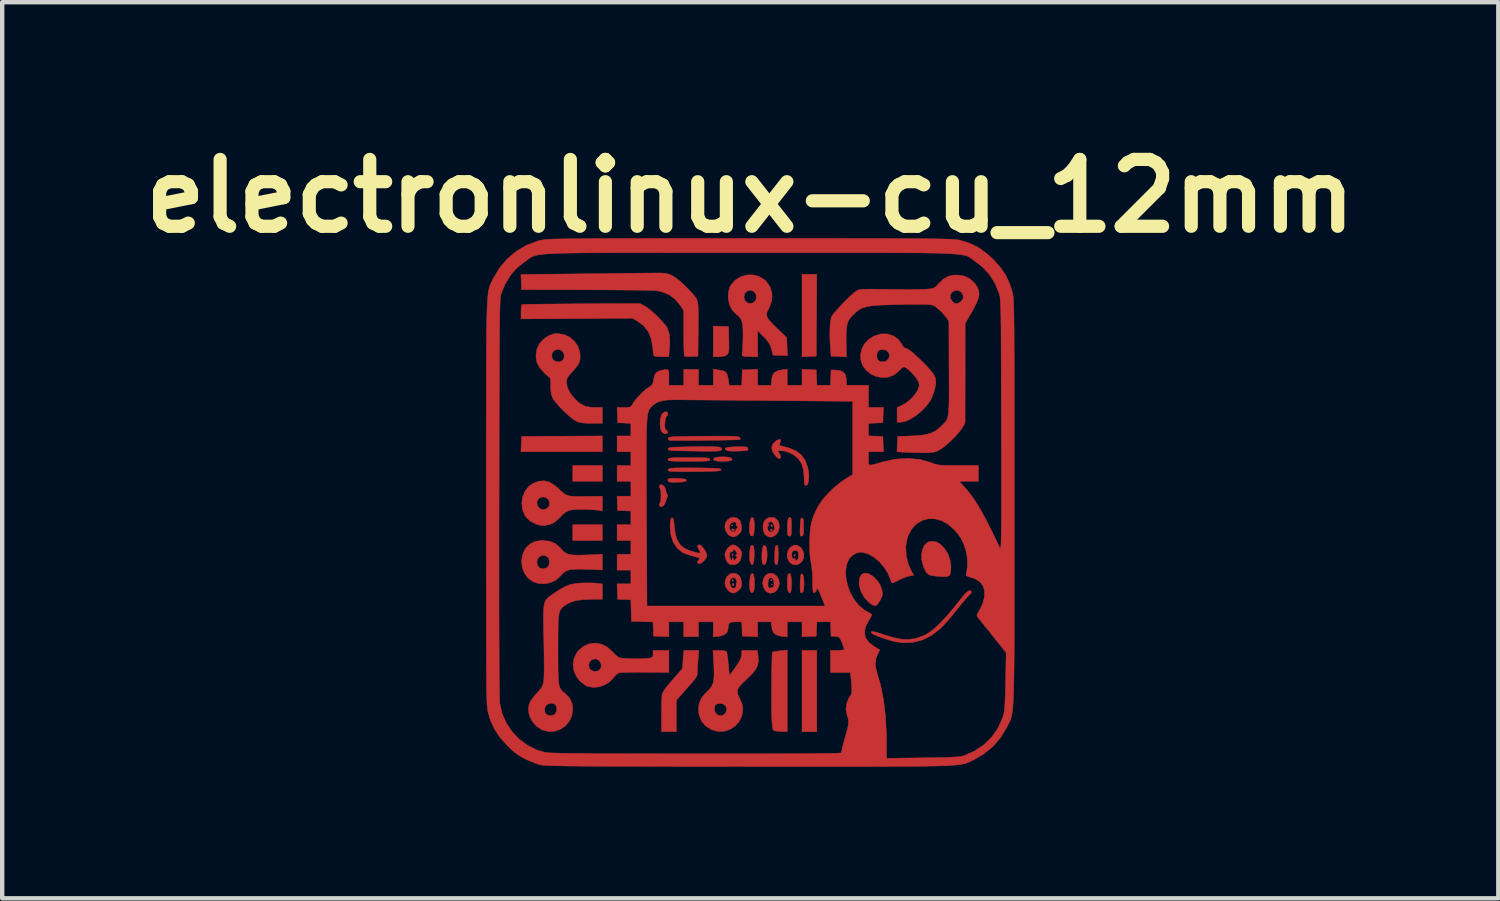
<source format=kicad_pcb>
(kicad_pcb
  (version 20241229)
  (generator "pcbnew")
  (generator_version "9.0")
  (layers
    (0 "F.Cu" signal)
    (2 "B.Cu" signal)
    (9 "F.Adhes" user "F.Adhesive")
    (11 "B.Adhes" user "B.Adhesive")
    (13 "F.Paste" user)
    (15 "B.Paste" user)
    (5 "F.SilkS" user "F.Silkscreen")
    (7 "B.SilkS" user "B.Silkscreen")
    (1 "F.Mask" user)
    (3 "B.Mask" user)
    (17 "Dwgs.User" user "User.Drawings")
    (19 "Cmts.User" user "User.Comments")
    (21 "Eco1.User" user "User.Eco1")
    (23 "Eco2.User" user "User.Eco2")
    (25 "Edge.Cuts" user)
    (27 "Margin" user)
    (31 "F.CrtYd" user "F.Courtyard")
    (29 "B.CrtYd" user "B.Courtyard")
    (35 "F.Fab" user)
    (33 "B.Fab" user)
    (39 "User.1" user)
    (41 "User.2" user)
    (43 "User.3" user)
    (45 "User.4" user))
  (footprint "electronlinux-cu_12mm"
    (layer "F.Cu")
    (at 14.05 8.403)
    (property "Reference" "electronlinux-cu_12mm" (at 0 -6.985 0) (layer "F.SilkS") (effects (font (size 1.524 1.524) (thickness 0.3))))
    (attr through_hole)
    (fp_poly (pts (xy -3.371 -0.482) (xy -4.045 -0.482) (xy -4.045 -0.843) (xy -3.371 -0.843) (xy -3.371 -0.482)) (stroke (width 0.01) (type solid)) (fill yes) (layer "F.Cu"))
    (fp_poly (pts (xy -3.371 0.867) (xy -4.045 0.867) (xy -4.045 0.506) (xy -3.371 0.506) (xy -3.371 0.867)) (stroke (width 0.01) (type solid)) (fill yes) (layer "F.Cu"))
    (fp_poly (pts (xy 0.506 1.866) (xy 0.494 1.878) (xy 0.482 1.866) (xy 0.494 1.854) (xy 0.506 1.866)) (stroke (width 0.01) (type solid)) (fill yes) (layer "F.Cu"))
    (fp_poly (pts (xy 1.505 -3.335) (xy 1.18 -3.32) (xy 1.18 -5.2) (xy 1.517 -5.2) (xy 1.505 -3.335)) (stroke (width 0.01) (type solid)) (fill yes) (layer "F.Cu"))
    (fp_poly (pts (xy 1.517 5.224) (xy 1.18 5.224) (xy 1.18 3.371) (xy 1.517 3.371) (xy 1.517 5.224)) (stroke (width 0.01) (type solid)) (fill yes) (layer "F.Cu"))
    (fp_poly (pts (xy -3.371 -1.156) (xy -5.227 -1.156) (xy -5.219 -1.33) (xy -5.212 -1.505) (xy -4.292 -1.511) (xy -3.371 -1.517) (xy -3.371 -1.156)) (stroke (width 0.01) (type solid)) (fill yes) (layer "F.Cu"))
    (fp_poly (pts (xy -0.393 0.514) (xy -0.397 0.528) (xy -0.409 0.53) (xy -0.429 0.521) (xy -0.425 0.514) (xy -0.397 0.511) (xy -0.393 0.514)) (stroke (width 0.01) (type solid)) (fill yes) (layer "F.Cu"))
    (fp_poly (pts (xy -0.393 1.175) (xy -0.39 1.213) (xy -0.395 1.221) (xy -0.406 1.214) (xy -0.407 1.19) (xy -0.402 1.164) (xy -0.393 1.175)) (stroke (width 0.01) (type solid)) (fill yes) (layer "F.Cu"))
    (fp_poly (pts (xy -0.393 1.753) (xy -0.39 1.791) (xy -0.395 1.799) (xy -0.406 1.792) (xy -0.407 1.768) (xy -0.402 1.742) (xy -0.393 1.753)) (stroke (width 0.01) (type solid)) (fill yes) (layer "F.Cu"))
    (fp_poly (pts (xy 0.498 1.766) (xy 0.494 1.78) (xy 0.482 1.782) (xy 0.462 1.773) (xy 0.465 1.766) (xy 0.494 1.763) (xy 0.498 1.766)) (stroke (width 0.01) (type solid)) (fill yes) (layer "F.Cu"))
    (fp_poly (pts (xy -0.385 1.842) (xy -0.371 1.871) (xy -0.374 1.88) (xy -0.397 1.901) (xy -0.409 1.877) (xy -0.409 1.864) (xy -0.397 1.84) (xy -0.385 1.842)) (stroke (width 0.01) (type solid)) (fill yes) (layer "F.Cu"))
    (fp_poly (pts (xy -0.366 0.614) (xy -0.361 0.626) (xy -0.378 0.649) (xy -0.384 0.65) (xy -0.416 0.633) (xy -0.421 0.626) (xy -0.416 0.605) (xy -0.399 0.602) (xy -0.366 0.614)) (stroke (width 0.01) (type solid)) (fill yes) (layer "F.Cu"))
    (fp_poly (pts (xy 0.505 0.523) (xy 0.506 0.53) (xy 0.497 0.553) (xy 0.495 0.554) (xy 0.474 0.537) (xy 0.469 0.53) (xy 0.471 0.507) (xy 0.48 0.506) (xy 0.505 0.523)) (stroke (width 0.01) (type solid)) (fill yes) (layer "F.Cu"))
    (fp_poly (pts (xy 0.505 0.62) (xy 0.506 0.626) (xy 0.487 0.649) (xy 0.482 0.65) (xy 0.458 0.632) (xy 0.457 0.626) (xy 0.476 0.603) (xy 0.482 0.602) (xy 0.505 0.62)) (stroke (width 0.01) (type solid)) (fill yes) (layer "F.Cu"))
    (fp_poly (pts (xy 1.028 1.195) (xy 1.023 1.204) (xy 1.001 1.227) (xy 0.996 1.228) (xy 0.995 1.212) (xy 0.999 1.204) (xy 1.022 1.181) (xy 1.026 1.18) (xy 1.028 1.195)) (stroke (width 0.01) (type solid)) (fill yes) (layer "F.Cu"))
    (fp_poly (pts (xy -0.668 -4.016) (xy -0.494 -4.009) (xy -0.487 -3.714) (xy -0.485 -3.589) (xy -0.486 -3.503) (xy -0.491 -3.446) (xy -0.501 -3.409) (xy -0.519 -3.382) (xy -0.529 -3.371) (xy -0.575 -3.34) (xy -0.642 -3.325) (xy -0.71 -3.322) (xy -0.843 -3.322) (xy -0.843 -4.023) (xy -0.668 -4.016)) (stroke (width 0.01) (type solid)) (fill yes) (layer "F.Cu"))
    (fp_poly (pts (xy -0.509 -1.035) (xy -0.438 -1.018) (xy -0.413 -0.99) (xy -0.42 -0.965) (xy -0.451 -0.952) (xy -0.516 -0.943) (xy -0.6 -0.939) (xy -0.687 -0.94) (xy -0.765 -0.946) (xy -0.818 -0.957) (xy -0.832 -0.965) (xy -0.835 -1.002) (xy -0.792 -1.027) (xy -0.702 -1.039) (xy -0.625 -1.041) (xy -0.509 -1.035)) (stroke (width 0.01) (type solid)) (fill yes) (layer "F.Cu"))
    (fp_poly (pts (xy 0.073 1.004) (xy 0.088 1.075) (xy 0.092 1.178) (xy 0.091 1.218) (xy 0.082 1.326) (xy 0.067 1.394) (xy 0.045 1.419) (xy 0.019 1.399) (xy -0.002 1.356) (xy -0.013 1.298) (xy -0.017 1.217) (xy -0.013 1.128) (xy -0.002 1.048) (xy 0.013 0.992) (xy 0.02 0.981) (xy 0.05 0.971) (xy 0.073 1.004)) (stroke (width 0.01) (type solid)) (fill yes) (layer "F.Cu"))
    (fp_poly (pts (xy 0.077 1.652) (xy 0.091 1.73) (xy 0.096 1.845) (xy 0.092 1.951) (xy 0.08 2.016) (xy 0.061 2.046) (xy 0.033 2.06) (xy 0.011 2.037) (xy -0.002 2.007) (xy -0.014 1.946) (xy -0.017 1.861) (xy -0.012 1.771) (xy 0.001 1.69) (xy 0.019 1.635) (xy 0.025 1.626) (xy 0.055 1.617) (xy 0.077 1.652)) (stroke (width 0.01) (type solid)) (fill yes) (layer "F.Cu"))
    (fp_poly (pts (xy 0.362 1.014) (xy 0.379 1.088) (xy 0.385 1.192) (xy 0.379 1.287) (xy 0.362 1.361) (xy 0.339 1.409) (xy 0.313 1.423) (xy 0.287 1.398) (xy 0.279 1.382) (xy 0.268 1.324) (xy 0.263 1.242) (xy 0.266 1.152) (xy 0.274 1.069) (xy 0.288 1.009) (xy 0.299 0.989) (xy 0.335 0.979) (xy 0.362 1.014)) (stroke (width 0.01) (type solid)) (fill yes) (layer "F.Cu"))
    (fp_poly (pts (xy 0.916 1.632) (xy 0.931 1.695) (xy 0.938 1.798) (xy 0.939 1.842) (xy 0.936 1.957) (xy 0.927 2.027) (xy 0.91 2.058) (xy 0.884 2.052) (xy 0.871 2.041) (xy 0.857 2.003) (xy 0.847 1.933) (xy 0.844 1.846) (xy 0.845 1.758) (xy 0.852 1.684) (xy 0.864 1.64) (xy 0.893 1.613) (xy 0.916 1.632)) (stroke (width 0.01) (type solid)) (fill yes) (layer "F.Cu"))
    (fp_poly (pts (xy 0.069 0.356) (xy 0.088 0.415) (xy 0.094 0.517) (xy 0.092 0.602) (xy 0.085 0.691) (xy 0.072 0.742) (xy 0.052 0.763) (xy 0.044 0.766) (xy 0.01 0.753) (xy -0.012 0.698) (xy -0.012 0.698) (xy -0.02 0.626) (xy -0.018 0.542) (xy -0.009 0.458) (xy 0.007 0.387) (xy 0.026 0.344) (xy 0.038 0.337) (xy 0.069 0.356)) (stroke (width 0.01) (type solid)) (fill yes) (layer "F.Cu"))
    (fp_poly (pts (xy -1.667 -0.549) (xy -1.562 -0.544) (xy -1.498 -0.536) (xy -1.465 -0.523) (xy -1.457 -0.506) (xy -1.467 -0.487) (xy -1.502 -0.474) (xy -1.572 -0.466) (xy -1.65 -0.463) (xy -1.743 -0.461) (xy -1.816 -0.464) (xy -1.857 -0.47) (xy -1.861 -0.473) (xy -1.877 -0.51) (xy -1.878 -0.523) (xy -1.868 -0.539) (xy -1.832 -0.548) (xy -1.763 -0.551) (xy -1.667 -0.549)) (stroke (width 0.01) (type solid)) (fill yes) (layer "F.Cu"))
    (fp_poly (pts (xy 1.198 0.358) (xy 1.209 0.39) (xy 1.214 0.453) (xy 1.216 0.553) (xy 1.215 0.654) (xy 1.21 0.717) (xy 1.199 0.75) (xy 1.18 0.764) (xy 1.173 0.766) (xy 1.152 0.766) (xy 1.14 0.75) (xy 1.135 0.709) (xy 1.135 0.635) (xy 1.137 0.562) (xy 1.142 0.456) (xy 1.15 0.391) (xy 1.162 0.358) (xy 1.18 0.349) (xy 1.198 0.358)) (stroke (width 0.01) (type solid)) (fill yes) (layer "F.Cu"))
    (fp_poly (pts (xy 1.2 1.647) (xy 1.215 1.703) (xy 1.224 1.781) (xy 1.227 1.868) (xy 1.222 1.95) (xy 1.21 2.014) (xy 1.193 2.045) (xy 1.161 2.063) (xy 1.143 2.042) (xy 1.143 2.041) (xy 1.137 2.001) (xy 1.135 1.928) (xy 1.136 1.835) (xy 1.137 1.816) (xy 1.142 1.717) (xy 1.151 1.657) (xy 1.166 1.63) (xy 1.18 1.625) (xy 1.2 1.647)) (stroke (width 0.01) (type solid)) (fill yes) (layer "F.Cu"))
    (fp_poly (pts (xy 0.62 0.984) (xy 0.631 1.015) (xy 0.636 1.076) (xy 0.638 1.177) (xy 0.638 1.19) (xy 0.635 1.306) (xy 0.627 1.379) (xy 0.612 1.412) (xy 0.608 1.414) (xy 0.574 1.405) (xy 0.565 1.39) (xy 0.559 1.351) (xy 0.557 1.278) (xy 0.558 1.186) (xy 0.559 1.166) (xy 0.564 1.066) (xy 0.573 1.007) (xy 0.588 0.98) (xy 0.602 0.975) (xy 0.62 0.984)) (stroke (width 0.01) (type solid)) (fill yes) (layer "F.Cu"))
    (fp_poly (pts (xy -0.128 -1.271) (xy -0.084 -1.263) (xy -0.062 -1.25) (xy -0.057 -1.24) (xy -0.049 -1.203) (xy -0.051 -1.194) (xy -0.084 -1.185) (xy -0.151 -1.178) (xy -0.24 -1.173) (xy -0.335 -1.171) (xy -0.424 -1.171) (xy -0.493 -1.175) (xy -0.526 -1.181) (xy -0.564 -1.208) (xy -0.572 -1.234) (xy -0.546 -1.25) (xy -0.48 -1.262) (xy -0.37 -1.269) (xy -0.317 -1.271) (xy -0.203 -1.273) (xy -0.128 -1.271)) (stroke (width 0.01) (type solid)) (fill yes) (layer "F.Cu"))
    (fp_poly (pts (xy 0.917 0.343) (xy 0.929 0.36) (xy 0.936 0.404) (xy 0.939 0.481) (xy 0.939 0.552) (xy 0.938 0.658) (xy 0.933 0.724) (xy 0.923 0.759) (xy 0.906 0.77) (xy 0.902 0.77) (xy 0.862 0.752) (xy 0.853 0.738) (xy 0.848 0.699) (xy 0.846 0.627) (xy 0.847 0.537) (xy 0.848 0.528) (xy 0.853 0.433) (xy 0.863 0.377) (xy 0.878 0.35) (xy 0.897 0.342) (xy 0.917 0.343)) (stroke (width 0.01) (type solid)) (fill yes) (layer "F.Cu"))
    (fp_poly (pts (xy 2.684 1.618) (xy 2.778 1.668) (xy 2.818 1.702) (xy 2.911 1.799) (xy 2.97 1.901) (xy 3.005 2.014) (xy 3.014 2.077) (xy 3.005 2.134) (xy 2.973 2.205) (xy 2.961 2.227) (xy 2.914 2.301) (xy 2.87 2.346) (xy 2.85 2.354) (xy 2.806 2.343) (xy 2.742 2.305) (xy 2.699 2.271) (xy 2.597 2.159) (xy 2.523 2.025) (xy 2.484 1.885) (xy 2.48 1.826) (xy 2.495 1.716) (xy 2.537 1.643) (xy 2.602 1.61) (xy 2.684 1.618)) (stroke (width 0.01) (type solid)) (fill yes) (layer "F.Cu"))
    (fp_poly (pts (xy -1.881 -2.044) (xy -1.878 -2.024) (xy -1.89 -1.982) (xy -1.906 -1.969) (xy -1.922 -1.942) (xy -1.937 -1.881) (xy -1.945 -1.819) (xy -1.949 -1.735) (xy -1.943 -1.686) (xy -1.923 -1.661) (xy -1.917 -1.657) (xy -1.884 -1.621) (xy -1.878 -1.6) (xy -1.897 -1.572) (xy -1.941 -1.567) (xy -1.994 -1.586) (xy -2.029 -1.633) (xy -2.05 -1.711) (xy -2.057 -1.806) (xy -2.05 -1.902) (xy -2.029 -1.984) (xy -2.003 -2.028) (xy -1.956 -2.063) (xy -1.91 -2.068) (xy -1.881 -2.044)) (stroke (width 0.01) (type solid)) (fill yes) (layer "F.Cu"))
    (fp_poly (pts (xy 4.274 0.914) (xy 4.366 0.98) (xy 4.447 1.074) (xy 4.512 1.19) (xy 4.556 1.321) (xy 4.575 1.46) (xy 4.565 1.596) (xy 4.551 1.643) (xy 4.524 1.674) (xy 4.477 1.689) (xy 4.401 1.692) (xy 4.288 1.685) (xy 4.24 1.68) (xy 4.135 1.666) (xy 4.065 1.642) (xy 4.016 1.599) (xy 3.976 1.526) (xy 3.943 1.446) (xy 3.91 1.314) (xy 3.905 1.184) (xy 3.927 1.067) (xy 3.973 0.972) (xy 4.042 0.908) (xy 4.075 0.893) (xy 4.176 0.883) (xy 4.274 0.914)) (stroke (width 0.01) (type solid)) (fill yes) (layer "F.Cu"))
    (fp_poly (pts (xy -1.984 -0.388) (xy -1.942 -0.338) (xy -1.926 -0.28) (xy -1.914 -0.224) (xy -1.898 -0.198) (xy -1.882 -0.158) (xy -1.894 -0.115) (xy -1.92 -0.05) (xy -1.941 0.012) (xy -1.97 0.063) (xy -2.009 0.092) (xy -2.047 0.095) (xy -2.069 0.067) (xy -2.071 0.05) (xy -2.063 0.01) (xy -2.052 0) (xy -2.043 -0.022) (xy -2.037 -0.079) (xy -2.034 -0.156) (xy -2.037 -0.236) (xy -2.044 -0.293) (xy -2.052 -0.313) (xy -2.067 -0.333) (xy -2.071 -0.361) (xy -2.056 -0.4) (xy -2.036 -0.409) (xy -1.984 -0.388)) (stroke (width 0.01) (type solid)) (fill yes) (layer "F.Cu"))
    (fp_poly (pts (xy 0.843 5.224) (xy 0.74 5.221) (xy 0.658 5.216) (xy 0.586 5.209) (xy 0.574 5.207) (xy 0.544 5.201) (xy 0.524 5.186) (xy 0.512 5.153) (xy 0.503 5.092) (xy 0.495 4.995) (xy 0.493 4.971) (xy 0.489 4.895) (xy 0.486 4.786) (xy 0.485 4.65) (xy 0.484 4.496) (xy 0.484 4.33) (xy 0.485 4.16) (xy 0.487 3.991) (xy 0.489 3.831) (xy 0.492 3.687) (xy 0.495 3.566) (xy 0.499 3.475) (xy 0.504 3.421) (xy 0.507 3.41) (xy 0.535 3.401) (xy 0.598 3.391) (xy 0.681 3.381) (xy 0.843 3.364) (xy 0.843 5.224)) (stroke (width 0.01) (type solid)) (fill yes) (layer "F.Cu"))
    (fp_poly (pts (xy -1.188 3.569) (xy -1.196 3.677) (xy -1.201 3.78) (xy -1.204 3.858) (xy -1.204 3.867) (xy -1.206 3.908) (xy -1.216 3.947) (xy -1.239 3.99) (xy -1.28 4.046) (xy -1.342 4.121) (xy -1.432 4.224) (xy -1.445 4.237) (xy -1.685 4.509) (xy -1.685 5.224) (xy -2.022 5.224) (xy -2.022 4.83) (xy -2.022 4.692) (xy -2.019 4.565) (xy -2.016 4.461) (xy -2.011 4.388) (xy -2.008 4.364) (xy -1.985 4.314) (xy -1.932 4.236) (xy -1.853 4.137) (xy -1.77 4.041) (xy -1.547 3.789) (xy -1.53 3.58) (xy -1.512 3.371) (xy -1.173 3.371) (xy -1.188 3.569)) (stroke (width 0.01) (type solid)) (fill yes) (layer "F.Cu"))
    (fp_poly (pts (xy -1.395 -0.79) (xy -1.25 -0.789) (xy -1.064 -0.787) (xy -0.921 -0.784) (xy -0.816 -0.78) (xy -0.742 -0.775) (xy -0.696 -0.769) (xy -0.671 -0.76) (xy -0.662 -0.749) (xy -0.662 -0.746) (xy -0.668 -0.735) (xy -0.688 -0.726) (xy -0.729 -0.719) (xy -0.796 -0.714) (xy -0.893 -0.71) (xy -1.026 -0.707) (xy -1.201 -0.704) (xy -1.256 -0.704) (xy -1.465 -0.702) (xy -1.628 -0.703) (xy -1.747 -0.707) (xy -1.824 -0.712) (xy -1.863 -0.721) (xy -1.867 -0.724) (xy -1.875 -0.745) (xy -1.865 -0.762) (xy -1.833 -0.774) (xy -1.775 -0.783) (xy -1.686 -0.788) (xy -1.561 -0.79) (xy -1.395 -0.79)) (stroke (width 0.01) (type solid)) (fill yes) (layer "F.Cu"))
    (fp_poly (pts (xy -1.234 -1.023) (xy -1.114 -1.022) (xy -1.029 -1.019) (xy -0.974 -1.014) (xy -0.941 -1.006) (xy -0.925 -0.995) (xy -0.919 -0.981) (xy -0.92 -0.967) (xy -0.931 -0.956) (xy -0.96 -0.949) (xy -1.011 -0.944) (xy -1.092 -0.941) (xy -1.207 -0.939) (xy -1.364 -0.939) (xy -1.396 -0.939) (xy -1.561 -0.939) (xy -1.683 -0.94) (xy -1.77 -0.943) (xy -1.826 -0.948) (xy -1.858 -0.955) (xy -1.872 -0.965) (xy -1.874 -0.978) (xy -1.873 -0.981) (xy -1.867 -0.996) (xy -1.85 -1.006) (xy -1.816 -1.014) (xy -1.758 -1.019) (xy -1.671 -1.022) (xy -1.548 -1.023) (xy -1.396 -1.023) (xy -1.234 -1.023)) (stroke (width 0.01) (type solid)) (fill yes) (layer "F.Cu"))
    (fp_poly (pts (xy 0.557 1.637) (xy 0.615 1.69) (xy 0.653 1.764) (xy 0.662 1.852) (xy 0.65 1.914) (xy 0.602 2.003) (xy 0.535 2.055) (xy 0.458 2.068) (xy 0.379 2.038) (xy 0.348 2.011) (xy 0.298 1.93) (xy 0.282 1.833) (xy 0.405 1.833) (xy 0.405 1.904) (xy 0.414 1.939) (xy 0.437 1.949) (xy 0.475 1.946) (xy 0.519 1.935) (xy 0.537 1.908) (xy 0.542 1.848) (xy 0.542 1.844) (xy 0.529 1.762) (xy 0.5 1.725) (xy 0.453 1.713) (xy 0.42 1.745) (xy 0.405 1.817) (xy 0.405 1.833) (xy 0.282 1.833) (xy 0.282 1.832) (xy 0.301 1.735) (xy 0.343 1.667) (xy 0.413 1.619) (xy 0.487 1.611) (xy 0.557 1.637)) (stroke (width 0.01) (type solid)) (fill yes) (layer "F.Cu"))
    (fp_poly (pts (xy -0.831 -1.271) (xy -0.755 -1.268) (xy -0.705 -1.263) (xy -0.676 -1.255) (xy -0.662 -1.245) (xy -0.659 -1.239) (xy -0.652 -1.217) (xy -0.654 -1.2) (xy -0.669 -1.187) (xy -0.703 -1.178) (xy -0.76 -1.172) (xy -0.845 -1.169) (xy -0.963 -1.168) (xy -1.118 -1.169) (xy -1.316 -1.172) (xy -1.356 -1.173) (xy -1.528 -1.176) (xy -1.658 -1.179) (xy -1.751 -1.182) (xy -1.814 -1.188) (xy -1.851 -1.195) (xy -1.869 -1.204) (xy -1.874 -1.216) (xy -1.873 -1.222) (xy -1.867 -1.235) (xy -1.851 -1.245) (xy -1.819 -1.253) (xy -1.766 -1.259) (xy -1.686 -1.263) (xy -1.573 -1.266) (xy -1.422 -1.269) (xy -1.269 -1.27) (xy -1.082 -1.272) (xy -0.938 -1.273) (xy -0.831 -1.271)) (stroke (width 0.01) (type solid)) (fill yes) (layer "F.Cu"))
    (fp_poly (pts (xy -0.531 -1.512) (xy -0.426 -1.51) (xy -0.349 -1.507) (xy -0.297 -1.502) (xy -0.264 -1.495) (xy -0.246 -1.486) (xy -0.241 -1.481) (xy -0.224 -1.45) (xy -0.244 -1.434) (xy -0.275 -1.431) (xy -0.348 -1.428) (xy -0.454 -1.425) (xy -0.587 -1.422) (xy -0.74 -1.419) (xy -0.906 -1.417) (xy -1.078 -1.415) (xy -1.248 -1.414) (xy -1.409 -1.413) (xy -1.555 -1.412) (xy -1.678 -1.412) (xy -1.771 -1.413) (xy -1.827 -1.415) (xy -1.839 -1.416) (xy -1.871 -1.442) (xy -1.873 -1.465) (xy -1.867 -1.476) (xy -1.852 -1.485) (xy -1.821 -1.492) (xy -1.771 -1.497) (xy -1.697 -1.501) (xy -1.593 -1.505) (xy -1.456 -1.507) (xy -1.28 -1.509) (xy -1.068 -1.511) (xy -0.847 -1.513) (xy -0.67 -1.513) (xy -0.531 -1.512)) (stroke (width 0.01) (type solid)) (fill yes) (layer "F.Cu"))
    (fp_poly (pts (xy -0.327 1.62) (xy -0.265 1.656) (xy -0.22 1.72) (xy -0.199 1.812) (xy -0.195 1.885) (xy -0.208 1.935) (xy -0.246 1.983) (xy -0.26 1.997) (xy -0.335 2.054) (xy -0.404 2.065) (xy -0.474 2.03) (xy -0.507 2) (xy -0.56 1.922) (xy -0.577 1.841) (xy -0.467 1.841) (xy -0.447 1.905) (xy -0.414 1.944) (xy -0.371 1.956) (xy -0.333 1.939) (xy -0.319 1.902) (xy -0.322 1.889) (xy -0.32 1.848) (xy -0.314 1.839) (xy -0.304 1.799) (xy -0.323 1.751) (xy -0.359 1.716) (xy -0.384 1.709) (xy -0.434 1.729) (xy -0.462 1.778) (xy -0.467 1.841) (xy -0.577 1.841) (xy -0.578 1.839) (xy -0.565 1.759) (xy -0.529 1.689) (xy -0.473 1.637) (xy -0.404 1.612) (xy -0.327 1.62)) (stroke (width 0.01) (type solid)) (fill yes) (layer "F.Cu"))
    (fp_poly (pts (xy 1.075 0.976) (xy 1.142 1.017) (xy 1.194 1.085) (xy 1.222 1.169) (xy 1.219 1.26) (xy 1.218 1.263) (xy 1.178 1.346) (xy 1.113 1.4) (xy 1.036 1.422) (xy 0.959 1.409) (xy 0.893 1.357) (xy 0.847 1.267) (xy 0.839 1.172) (xy 0.845 1.154) (xy 0.944 1.154) (xy 0.947 1.233) (xy 0.949 1.241) (xy 0.97 1.282) (xy 1.003 1.283) (xy 1.03 1.28) (xy 1.026 1.296) (xy 1.027 1.32) (xy 1.044 1.324) (xy 1.08 1.304) (xy 1.092 1.282) (xy 1.099 1.227) (xy 1.099 1.168) (xy 1.089 1.116) (xy 1.055 1.095) (xy 1.03 1.091) (xy 0.972 1.105) (xy 0.944 1.154) (xy 0.845 1.154) (xy 0.866 1.083) (xy 0.922 1.012) (xy 1.001 0.973) (xy 1.075 0.976)) (stroke (width 0.01) (type solid)) (fill yes) (layer "F.Cu"))
    (fp_poly (pts (xy 0.577 0.361) (xy 0.632 0.415) (xy 0.659 0.493) (xy 0.659 0.582) (xy 0.635 0.668) (xy 0.585 0.736) (xy 0.553 0.759) (xy 0.495 0.786) (xy 0.454 0.79) (xy 0.403 0.774) (xy 0.393 0.77) (xy 0.332 0.724) (xy 0.298 0.645) (xy 0.289 0.547) (xy 0.299 0.495) (xy 0.391 0.495) (xy 0.401 0.505) (xy 0.41 0.506) (xy 0.432 0.511) (xy 0.414 0.526) (xy 0.394 0.562) (xy 0.399 0.613) (xy 0.422 0.657) (xy 0.454 0.674) (xy 0.509 0.661) (xy 0.525 0.653) (xy 0.547 0.615) (xy 0.549 0.554) (xy 0.533 0.492) (xy 0.502 0.45) (xy 0.5 0.448) (xy 0.458 0.437) (xy 0.417 0.464) (xy 0.391 0.495) (xy 0.299 0.495) (xy 0.308 0.449) (xy 0.359 0.378) (xy 0.433 0.339) (xy 0.521 0.339) (xy 0.577 0.361)) (stroke (width 0.01) (type solid)) (fill yes) (layer "F.Cu"))
    (fp_poly (pts (xy -2.408 -4.479) (xy -2.337 -4.433) (xy -2.248 -4.361) (xy -2.151 -4.272) (xy -2.056 -4.178) (xy -1.973 -4.087) (xy -1.912 -4.01) (xy -1.893 -3.979) (xy -1.85 -3.856) (xy -1.833 -3.7) (xy -1.841 -3.506) (xy -1.841 -3.505) (xy -1.858 -3.322) (xy -2.025 -3.322) (xy -2.13 -3.327) (xy -2.188 -3.34) (xy -2.202 -3.353) (xy -2.208 -3.391) (xy -2.216 -3.461) (xy -2.224 -3.546) (xy -2.258 -3.737) (xy -2.326 -3.897) (xy -2.431 -4.029) (xy -2.574 -4.136) (xy -2.681 -4.199) (xy -5.224 -4.185) (xy -5.224 -4.342) (xy -5.222 -4.424) (xy -5.215 -4.485) (xy -5.206 -4.511) (xy -5.179 -4.513) (xy -5.108 -4.515) (xy -4.998 -4.518) (xy -4.854 -4.52) (xy -4.678 -4.522) (xy -4.477 -4.524) (xy -4.253 -4.526) (xy -4.013 -4.528) (xy -3.852 -4.529) (xy -2.516 -4.535) (xy -2.408 -4.479)) (stroke (width 0.01) (type solid)) (fill yes) (layer "F.Cu"))
    (fp_poly (pts (xy -0.293 0.356) (xy -0.234 0.414) (xy -0.202 0.512) (xy -0.199 0.536) (xy -0.197 0.613) (xy -0.215 0.667) (xy -0.244 0.705) (xy -0.322 0.769) (xy -0.397 0.786) (xy -0.472 0.755) (xy -0.505 0.727) (xy -0.561 0.644) (xy -0.58 0.554) (xy -0.575 0.526) (xy -0.475 0.526) (xy -0.474 0.588) (xy -0.456 0.629) (xy -0.423 0.659) (xy -0.379 0.669) (xy -0.343 0.661) (xy -0.331 0.632) (xy -0.331 0.631) (xy -0.322 0.604) (xy -0.313 0.602) (xy -0.292 0.582) (xy -0.289 0.566) (xy -0.302 0.534) (xy -0.312 0.53) (xy -0.326 0.512) (xy -0.322 0.494) (xy -0.324 0.458) (xy -0.356 0.442) (xy -0.403 0.45) (xy -0.434 0.47) (xy -0.475 0.526) (xy -0.575 0.526) (xy -0.566 0.469) (xy -0.521 0.397) (xy -0.451 0.35) (xy -0.378 0.337) (xy -0.293 0.356)) (stroke (width 0.01) (type solid)) (fill yes) (layer "F.Cu"))
    (fp_poly (pts (xy 0.692 -1.428) (xy 0.687 -1.381) (xy 0.679 -1.361) (xy 0.664 -1.317) (xy 0.682 -1.296) (xy 0.717 -1.287) (xy 0.908 -1.235) (xy 1.058 -1.167) (xy 1.17 -1.076) (xy 1.251 -0.96) (xy 1.305 -0.813) (xy 1.323 -0.732) (xy 1.335 -0.628) (xy 1.333 -0.533) (xy 1.321 -0.456) (xy 1.299 -0.404) (xy 1.27 -0.387) (xy 1.244 -0.401) (xy 1.236 -0.432) (xy 1.23 -0.496) (xy 1.228 -0.564) (xy 1.214 -0.743) (xy 1.171 -0.886) (xy 1.095 -1) (xy 0.986 -1.089) (xy 0.941 -1.114) (xy 0.848 -1.152) (xy 0.76 -1.176) (xy 0.719 -1.18) (xy 0.628 -1.18) (xy 0.669 -1.109) (xy 0.694 -1.053) (xy 0.689 -1.018) (xy 0.681 -1.009) (xy 0.655 -0.998) (xy 0.618 -1.019) (xy 0.579 -1.058) (xy 0.51 -1.155) (xy 0.488 -1.246) (xy 0.512 -1.328) (xy 0.583 -1.4) (xy 0.607 -1.416) (xy 0.665 -1.44) (xy 0.692 -1.428)) (stroke (width 0.01) (type solid)) (fill yes) (layer "F.Cu"))
    (fp_poly (pts (xy 5.024 2.013) (xy 5.035 2.026) (xy 5.036 2.064) (xy 5.007 2.092) (xy 4.976 2.122) (xy 4.922 2.182) (xy 4.85 2.267) (xy 4.767 2.368) (xy 4.706 2.445) (xy 4.611 2.563) (xy 4.514 2.677) (xy 4.424 2.778) (xy 4.35 2.856) (xy 4.319 2.885) (xy 4.122 3.033) (xy 3.917 3.135) (xy 3.703 3.189) (xy 3.478 3.196) (xy 3.322 3.176) (xy 3.234 3.155) (xy 3.13 3.124) (xy 3.023 3.089) (xy 2.921 3.051) (xy 2.836 3.016) (xy 2.778 2.987) (xy 2.759 2.97) (xy 2.757 2.948) (xy 2.778 2.94) (xy 2.826 2.946) (xy 2.907 2.968) (xy 3.026 3.007) (xy 3.066 3.02) (xy 3.275 3.083) (xy 3.456 3.117) (xy 3.619 3.122) (xy 3.772 3.098) (xy 3.927 3.045) (xy 3.992 3.016) (xy 4.101 2.949) (xy 4.227 2.846) (xy 4.368 2.71) (xy 4.517 2.547) (xy 4.67 2.362) (xy 4.714 2.306) (xy 4.815 2.178) (xy 4.893 2.088) (xy 4.951 2.032) (xy 4.994 2.008) (xy 5.024 2.013)) (stroke (width 0.01) (type solid)) (fill yes) (layer "F.Cu"))
    (fp_poly (pts (xy -0.336 0.979) (xy -0.277 1.02) (xy -0.26 1.036) (xy -0.215 1.088) (xy -0.196 1.135) (xy -0.197 1.2) (xy -0.199 1.222) (xy -0.229 1.323) (xy -0.288 1.391) (xy -0.368 1.421) (xy -0.464 1.409) (xy -0.476 1.404) (xy -0.516 1.368) (xy -0.551 1.301) (xy -0.574 1.224) (xy -0.577 1.187) (xy -0.471 1.187) (xy -0.461 1.252) (xy -0.447 1.288) (xy -0.423 1.336) (xy -0.413 1.288) (xy -0.404 1.254) (xy -0.393 1.267) (xy -0.387 1.285) (xy -0.372 1.316) (xy -0.351 1.31) (xy -0.328 1.288) (xy -0.301 1.252) (xy -0.311 1.229) (xy -0.317 1.224) (xy -0.337 1.203) (xy -0.316 1.182) (xy -0.298 1.161) (xy -0.313 1.129) (xy -0.334 1.105) (xy -0.37 1.072) (xy -0.384 1.076) (xy -0.385 1.088) (xy -0.405 1.119) (xy -0.427 1.123) (xy -0.459 1.14) (xy -0.471 1.187) (xy -0.577 1.187) (xy -0.578 1.179) (xy -0.559 1.108) (xy -0.513 1.039) (xy -0.451 0.985) (xy -0.388 0.963) (xy -0.385 0.963) (xy -0.336 0.979)) (stroke (width 0.01) (type solid)) (fill yes) (layer "F.Cu"))
    (fp_poly (pts (xy -1.763 0.36) (xy -1.748 0.398) (xy -1.737 0.47) (xy -1.73 0.556) (xy -1.706 0.727) (xy -1.663 0.86) (xy -1.597 0.962) (xy -1.535 1.02) (xy -1.48 1.053) (xy -1.403 1.087) (xy -1.317 1.117) (xy -1.237 1.141) (xy -1.173 1.153) (xy -1.141 1.149) (xy -1.143 1.121) (xy -1.165 1.08) (xy -1.199 1.015) (xy -1.195 0.976) (xy -1.157 0.963) (xy -1.119 0.983) (xy -1.073 1.033) (xy -1.029 1.098) (xy -0.997 1.164) (xy -0.987 1.21) (xy -1.004 1.26) (xy -1.047 1.318) (xy -1.099 1.368) (xy -1.148 1.395) (xy -1.158 1.396) (xy -1.196 1.382) (xy -1.204 1.363) (xy -1.187 1.322) (xy -1.165 1.298) (xy -1.151 1.28) (xy -1.162 1.265) (xy -1.205 1.248) (xy -1.288 1.226) (xy -1.3 1.223) (xy -1.4 1.194) (xy -1.493 1.16) (xy -1.558 1.129) (xy -1.673 1.03) (xy -1.758 0.897) (xy -1.81 0.735) (xy -1.827 0.549) (xy -1.826 0.494) (xy -1.818 0.408) (xy -1.804 0.363) (xy -1.782 0.349) (xy -1.782 0.349) (xy -1.763 0.36)) (stroke (width 0.01) (type solid)) (fill yes) (layer "F.Cu"))
    (fp_poly (pts (xy -4.565 0.884) (xy -4.438 0.939) (xy -4.329 1.035) (xy -4.311 1.058) (xy -4.26 1.114) (xy -4.203 1.154) (xy -4.133 1.181) (xy -4.041 1.196) (xy -3.92 1.2) (xy -3.762 1.197) (xy -3.702 1.194) (xy -3.371 1.179) (xy -3.371 1.538) (xy -3.715 1.524) (xy -3.884 1.519) (xy -4.013 1.521) (xy -4.11 1.532) (xy -4.184 1.555) (xy -4.242 1.59) (xy -4.294 1.639) (xy -4.314 1.663) (xy -4.425 1.765) (xy -4.559 1.829) (xy -4.705 1.855) (xy -4.854 1.839) (xy -4.956 1.802) (xy -5.065 1.723) (xy -5.145 1.614) (xy -5.195 1.485) (xy -5.211 1.356) (xy -4.863 1.356) (xy -4.845 1.441) (xy -4.795 1.496) (xy -4.726 1.514) (xy -4.646 1.491) (xy -4.628 1.479) (xy -4.586 1.424) (xy -4.575 1.349) (xy -4.595 1.276) (xy -4.614 1.248) (xy -4.677 1.208) (xy -4.746 1.207) (xy -4.808 1.238) (xy -4.852 1.297) (xy -4.863 1.356) (xy -5.211 1.356) (xy -5.212 1.347) (xy -5.195 1.209) (xy -5.142 1.081) (xy -5.096 1.018) (xy -5.007 0.937) (xy -4.904 0.888) (xy -4.775 0.868) (xy -4.719 0.867) (xy -4.565 0.884)) (stroke (width 0.01) (type solid)) (fill yes) (layer "F.Cu"))
    (fp_poly (pts (xy -2.024 -5.23) (xy -1.941 -5.224) (xy -1.876 -5.21) (xy -1.812 -5.185) (xy -1.775 -5.168) (xy -1.698 -5.119) (xy -1.601 -5.042) (xy -1.497 -4.948) (xy -1.395 -4.846) (xy -1.305 -4.747) (xy -1.239 -4.661) (xy -1.217 -4.626) (xy -1.205 -4.596) (xy -1.196 -4.556) (xy -1.19 -4.5) (xy -1.186 -4.422) (xy -1.184 -4.314) (xy -1.183 -4.173) (xy -1.185 -3.99) (xy -1.185 -3.943) (xy -1.192 -3.335) (xy -1.337 -3.327) (xy -1.417 -3.326) (xy -1.477 -3.331) (xy -1.5 -3.337) (xy -1.505 -3.366) (xy -1.509 -3.435) (xy -1.513 -3.537) (xy -1.515 -3.666) (xy -1.517 -3.813) (xy -1.517 -3.863) (xy -1.517 -4.372) (xy -1.585 -4.48) (xy -1.706 -4.629) (xy -1.854 -4.738) (xy -2.028 -4.807) (xy -2.159 -4.83) (xy -2.208 -4.833) (xy -2.301 -4.835) (xy -2.432 -4.838) (xy -2.598 -4.84) (xy -2.792 -4.842) (xy -3.012 -4.844) (xy -3.252 -4.846) (xy -3.507 -4.847) (xy -3.756 -4.848) (xy -5.212 -4.851) (xy -5.219 -5.023) (xy -5.226 -5.196) (xy -3.799 -5.212) (xy -3.533 -5.215) (xy -3.275 -5.218) (xy -3.031 -5.221) (xy -2.805 -5.224) (xy -2.603 -5.226) (xy -2.429 -5.228) (xy -2.289 -5.229) (xy -2.188 -5.23) (xy -2.139 -5.231) (xy -2.024 -5.23)) (stroke (width 0.01) (type solid)) (fill yes) (layer "F.Cu"))
    (fp_poly (pts (xy -4.577 -0.463) (xy -4.451 -0.385) (xy -4.384 -0.326) (xy -4.31 -0.257) (xy -4.249 -0.206) (xy -4.192 -0.172) (xy -4.129 -0.151) (xy -4.051 -0.14) (xy -3.948 -0.136) (xy -3.81 -0.137) (xy -3.75 -0.138) (xy -3.371 -0.143) (xy -3.371 0.191) (xy -3.437 0.181) (xy -3.554 0.167) (xy -3.689 0.159) (xy -3.828 0.155) (xy -3.953 0.157) (xy -4.05 0.165) (xy -4.068 0.168) (xy -4.14 0.186) (xy -4.198 0.212) (xy -4.256 0.257) (xy -4.329 0.329) (xy -4.332 0.333) (xy -4.415 0.414) (xy -4.485 0.465) (xy -4.555 0.495) (xy -4.579 0.501) (xy -4.673 0.522) (xy -4.744 0.526) (xy -4.812 0.514) (xy -4.874 0.494) (xy -5.009 0.428) (xy -5.106 0.337) (xy -5.138 0.29) (xy -5.191 0.157) (xy -5.207 0.014) (xy -5.206 0.008) (xy -4.864 0.008) (xy -4.846 0.08) (xy -4.815 0.12) (xy -4.749 0.163) (xy -4.678 0.158) (xy -4.628 0.131) (xy -4.581 0.075) (xy -4.572 0.007) (xy -4.594 -0.058) (xy -4.644 -0.108) (xy -4.716 -0.128) (xy -4.719 -0.128) (xy -4.796 -0.109) (xy -4.846 -0.059) (xy -4.864 0.008) (xy -5.206 0.008) (xy -5.186 -0.127) (xy -5.133 -0.257) (xy -5.049 -0.365) (xy -4.965 -0.426) (xy -4.829 -0.483) (xy -4.701 -0.495) (xy -4.577 -0.463)) (stroke (width 0.01) (type solid)) (fill yes) (layer "F.Cu"))
    (fp_poly (pts (xy -3.389 3.229) (xy -3.257 3.296) (xy -3.141 3.403) (xy -3.078 3.468) (xy -3.014 3.519) (xy -2.977 3.538) (xy -2.921 3.549) (xy -2.83 3.557) (xy -2.716 3.561) (xy -2.593 3.563) (xy -2.473 3.561) (xy -2.369 3.555) (xy -2.305 3.548) (xy -2.246 3.534) (xy -2.221 3.509) (xy -2.215 3.459) (xy -2.215 3.452) (xy -2.215 3.371) (xy -1.854 3.371) (xy -1.854 3.873) (xy -2.39 3.869) (xy -2.549 3.868) (xy -2.695 3.869) (xy -2.821 3.872) (xy -2.917 3.875) (xy -2.976 3.88) (xy -2.988 3.882) (xy -3.04 3.912) (xy -3.096 3.967) (xy -3.115 3.993) (xy -3.208 4.09) (xy -3.326 4.161) (xy -3.458 4.204) (xy -3.591 4.213) (xy -3.714 4.187) (xy -3.744 4.173) (xy -3.869 4.083) (xy -3.961 3.969) (xy -4.018 3.838) (xy -4.037 3.703) (xy -3.683 3.703) (xy -3.667 3.775) (xy -3.644 3.808) (xy -3.583 3.844) (xy -3.508 3.849) (xy -3.442 3.822) (xy -3.433 3.814) (xy -3.398 3.751) (xy -3.4 3.679) (xy -3.431 3.615) (xy -3.488 3.572) (xy -3.535 3.563) (xy -3.611 3.583) (xy -3.662 3.634) (xy -3.683 3.703) (xy -4.037 3.703) (xy -4.038 3.699) (xy -4.018 3.561) (xy -3.958 3.431) (xy -3.918 3.379) (xy -3.801 3.278) (xy -3.669 3.22) (xy -3.529 3.204) (xy -3.389 3.229)) (stroke (width 0.01) (type solid)) (fill yes) (layer "F.Cu"))
    (fp_poly (pts (xy 0.206 -5.15) (xy 0.327 -5.074) (xy 0.37 -5.032) (xy 0.455 -4.905) (xy 0.496 -4.763) (xy 0.492 -4.614) (xy 0.444 -4.464) (xy 0.419 -4.416) (xy 0.385 -4.349) (xy 0.371 -4.291) (xy 0.381 -4.234) (xy 0.417 -4.17) (xy 0.484 -4.093) (xy 0.583 -3.994) (xy 0.61 -3.969) (xy 0.831 -3.76) (xy 0.839 -3.552) (xy 0.848 -3.344) (xy 0.52 -3.359) (xy 0.487 -3.491) (xy 0.461 -3.57) (xy 0.423 -3.641) (xy 0.362 -3.717) (xy 0.311 -3.772) (xy 0.169 -3.92) (xy 0.169 -3.322) (xy 0.001 -3.322) (xy -0.084 -3.326) (xy -0.15 -3.335) (xy -0.181 -3.347) (xy -0.181 -3.348) (xy -0.188 -3.389) (xy -0.182 -3.433) (xy -0.176 -3.479) (xy -0.171 -3.562) (xy -0.167 -3.67) (xy -0.165 -3.788) (xy -0.166 -3.939) (xy -0.175 -4.051) (xy -0.193 -4.134) (xy -0.224 -4.197) (xy -0.27 -4.251) (xy -0.321 -4.293) (xy -0.412 -4.39) (xy -0.473 -4.514) (xy -0.503 -4.652) (xy -0.503 -4.68) (xy -0.144 -4.68) (xy -0.125 -4.605) (xy -0.075 -4.555) (xy -0.009 -4.535) (xy 0.061 -4.548) (xy 0.114 -4.592) (xy 0.142 -4.661) (xy 0.134 -4.734) (xy 0.098 -4.796) (xy 0.04 -4.834) (xy 0.007 -4.839) (xy -0.073 -4.818) (xy -0.126 -4.762) (xy -0.144 -4.68) (xy -0.503 -4.68) (xy -0.5 -4.791) (xy -0.461 -4.919) (xy -0.433 -4.967) (xy -0.332 -5.076) (xy -0.208 -5.15) (xy -0.071 -5.187) (xy 0.07 -5.187) (xy 0.206 -5.15)) (stroke (width 0.01) (type solid)) (fill yes) (layer "F.Cu"))
    (fp_poly (pts (xy -4.255 -3.831) (xy -4.12 -3.771) (xy -4.008 -3.677) (xy -3.927 -3.557) (xy -3.883 -3.415) (xy -3.877 -3.339) (xy -3.88 -3.263) (xy -3.895 -3.2) (xy -3.926 -3.139) (xy -3.981 -3.067) (xy -4.06 -2.978) (xy -4.127 -2.902) (xy -4.167 -2.846) (xy -4.185 -2.796) (xy -4.189 -2.742) (xy -4.167 -2.617) (xy -4.101 -2.487) (xy -3.996 -2.358) (xy -3.989 -2.351) (xy -3.88 -2.257) (xy -3.773 -2.199) (xy -3.649 -2.172) (xy -3.542 -2.167) (xy -3.371 -2.167) (xy -3.371 -1.806) (xy -3.617 -1.806) (xy -3.74 -1.807) (xy -3.828 -1.814) (xy -3.895 -1.828) (xy -3.955 -1.851) (xy -3.973 -1.859) (xy -4.049 -1.908) (xy -4.144 -1.985) (xy -4.246 -2.079) (xy -4.345 -2.18) (xy -4.429 -2.277) (xy -4.489 -2.359) (xy -4.5 -2.379) (xy -4.532 -2.462) (xy -4.547 -2.561) (xy -4.55 -2.65) (xy -4.55 -2.822) (xy -4.681 -2.942) (xy -4.795 -3.067) (xy -4.862 -3.194) (xy -4.886 -3.329) (xy -4.883 -3.352) (xy -4.527 -3.352) (xy -4.51 -3.28) (xy -4.486 -3.246) (xy -4.426 -3.21) (xy -4.351 -3.205) (xy -4.284 -3.232) (xy -4.275 -3.24) (xy -4.24 -3.304) (xy -4.242 -3.375) (xy -4.275 -3.439) (xy -4.333 -3.481) (xy -4.384 -3.491) (xy -4.459 -3.471) (xy -4.508 -3.421) (xy -4.527 -3.352) (xy -4.883 -3.352) (xy -4.867 -3.477) (xy -4.862 -3.498) (xy -4.807 -3.614) (xy -4.718 -3.716) (xy -4.606 -3.795) (xy -4.484 -3.843) (xy -4.409 -3.852) (xy -4.255 -3.831)) (stroke (width 0.01) (type solid)) (fill yes) (layer "F.Cu"))
    (fp_poly (pts (xy -0.623 3.375) (xy -0.563 3.385) (xy -0.541 3.396) (xy -0.532 3.43) (xy -0.521 3.5) (xy -0.508 3.596) (xy -0.499 3.683) (xy -0.474 3.944) (xy -0.371 3.804) (xy -0.288 3.685) (xy -0.233 3.592) (xy -0.203 3.516) (xy -0.193 3.449) (xy -0.193 3.444) (xy -0.193 3.371) (xy 0.163 3.371) (xy 0.179 3.499) (xy 0.185 3.612) (xy 0.168 3.711) (xy 0.123 3.804) (xy 0.046 3.901) (xy -0.068 4.013) (xy -0.068 4.013) (xy -0.173 4.112) (xy -0.244 4.189) (xy -0.283 4.253) (xy -0.295 4.312) (xy -0.283 4.375) (xy -0.249 4.449) (xy -0.242 4.464) (xy -0.189 4.586) (xy -0.169 4.694) (xy -0.169 4.715) (xy -0.192 4.862) (xy -0.252 4.99) (xy -0.344 5.094) (xy -0.46 5.17) (xy -0.592 5.213) (xy -0.733 5.219) (xy -0.875 5.181) (xy -0.885 5.177) (xy -1.017 5.093) (xy -1.112 4.98) (xy -1.166 4.841) (xy -1.18 4.715) (xy -1.178 4.702) (xy -0.819 4.702) (xy -0.801 4.782) (xy -0.755 4.836) (xy -0.693 4.861) (xy -0.627 4.852) (xy -0.569 4.807) (xy -0.554 4.785) (xy -0.535 4.709) (xy -0.556 4.641) (xy -0.613 4.594) (xy -0.67 4.579) (xy -0.753 4.586) (xy -0.802 4.626) (xy -0.819 4.702) (xy -1.178 4.702) (xy -1.166 4.584) (xy -1.12 4.471) (xy -1.036 4.362) (xy -0.986 4.313) (xy -0.923 4.249) (xy -0.877 4.184) (xy -0.846 4.112) (xy -0.83 4.022) (xy -0.824 3.906) (xy -0.828 3.754) (xy -0.832 3.678) (xy -0.849 3.371) (xy -0.703 3.371) (xy -0.623 3.375)) (stroke (width 0.01) (type solid)) (fill yes) (layer "F.Cu"))
    (fp_poly (pts (xy 3.132 -3.841) (xy 3.26 -3.798) (xy 3.369 -3.722) (xy 3.447 -3.618) (xy 3.457 -3.597) (xy 3.502 -3.533) (xy 3.561 -3.507) (xy 3.611 -3.484) (xy 3.687 -3.427) (xy 3.789 -3.337) (xy 3.91 -3.221) (xy 4.032 -3.098) (xy 4.122 -2.998) (xy 4.182 -2.915) (xy 4.217 -2.84) (xy 4.231 -2.766) (xy 4.225 -2.684) (xy 4.205 -2.587) (xy 4.204 -2.583) (xy 4.173 -2.482) (xy 4.133 -2.381) (xy 4.105 -2.326) (xy 4.02 -2.206) (xy 3.911 -2.092) (xy 3.789 -1.99) (xy 3.662 -1.908) (xy 3.541 -1.852) (xy 3.435 -1.83) (xy 3.427 -1.83) (xy 3.347 -1.83) (xy 3.347 -2.166) (xy 3.433 -2.202) (xy 3.547 -2.265) (xy 3.654 -2.351) (xy 3.745 -2.45) (xy 3.813 -2.553) (xy 3.849 -2.649) (xy 3.852 -2.684) (xy 3.833 -2.757) (xy 3.778 -2.847) (xy 3.695 -2.944) (xy 3.626 -3.009) (xy 3.557 -3.066) (xy 3.511 -3.09) (xy 3.473 -3.082) (xy 3.43 -3.043) (xy 3.405 -3.014) (xy 3.292 -2.917) (xy 3.16 -2.861) (xy 3.016 -2.846) (xy 2.867 -2.874) (xy 2.754 -2.926) (xy 2.637 -3.018) (xy 2.559 -3.128) (xy 2.519 -3.25) (xy 2.515 -3.347) (xy 2.881 -3.347) (xy 2.897 -3.264) (xy 2.945 -3.218) (xy 3.025 -3.206) (xy 3.031 -3.207) (xy 3.102 -3.225) (xy 3.148 -3.272) (xy 3.153 -3.28) (xy 3.176 -3.333) (xy 3.172 -3.376) (xy 3.153 -3.413) (xy 3.109 -3.464) (xy 3.041 -3.485) (xy 3.031 -3.486) (xy 2.948 -3.477) (xy 2.899 -3.433) (xy 2.881 -3.352) (xy 2.881 -3.347) (xy 2.515 -3.347) (xy 2.514 -3.376) (xy 2.543 -3.5) (xy 2.604 -3.615) (xy 2.696 -3.715) (xy 2.816 -3.791) (xy 2.962 -3.838) (xy 2.994 -3.843) (xy 3.132 -3.841)) (stroke (width 0.01) (type solid)) (fill yes) (layer "F.Cu"))
    (fp_poly (pts (xy -3.624 1.833) (xy -3.526 1.838) (xy -3.506 1.84) (xy -3.371 1.857) (xy -3.371 2.203) (xy -3.618 2.205) (xy -3.814 2.214) (xy -3.971 2.236) (xy -4.097 2.274) (xy -4.201 2.329) (xy -4.212 2.337) (xy -4.256 2.37) (xy -4.292 2.4) (xy -4.32 2.434) (xy -4.341 2.477) (xy -4.357 2.534) (xy -4.368 2.61) (xy -4.375 2.71) (xy -4.379 2.839) (xy -4.381 3.003) (xy -4.382 3.207) (xy -4.382 3.347) (xy -4.382 3.575) (xy -4.381 3.76) (xy -4.378 3.908) (xy -4.373 4.024) (xy -4.365 4.112) (xy -4.353 4.179) (xy -4.335 4.23) (xy -4.311 4.269) (xy -4.281 4.302) (xy -4.243 4.334) (xy -4.217 4.355) (xy -4.117 4.46) (xy -4.06 4.583) (xy -4.045 4.71) (xy -4.067 4.859) (xy -4.126 4.988) (xy -4.216 5.094) (xy -4.329 5.17) (xy -4.458 5.214) (xy -4.596 5.221) (xy -4.735 5.185) (xy -4.768 5.17) (xy -4.879 5.092) (xy -4.97 4.985) (xy -5.03 4.865) (xy -5.045 4.803) (xy -5.053 4.709) (xy -4.692 4.709) (xy -4.679 4.784) (xy -4.655 4.819) (xy -4.592 4.857) (xy -4.517 4.858) (xy -4.45 4.823) (xy -4.413 4.76) (xy -4.41 4.679) (xy -4.431 4.621) (xy -4.475 4.583) (xy -4.54 4.573) (xy -4.607 4.588) (xy -4.657 4.628) (xy -4.692 4.709) (xy -5.053 4.709) (xy -5.054 4.698) (xy -5.043 4.609) (xy -5.006 4.525) (xy -4.939 4.432) (xy -4.876 4.361) (xy -4.803 4.279) (xy -4.756 4.218) (xy -4.729 4.165) (xy -4.713 4.108) (xy -4.705 4.054) (xy -4.702 3.996) (xy -4.699 3.897) (xy -4.698 3.763) (xy -4.699 3.603) (xy -4.7 3.423) (xy -4.703 3.229) (xy -4.705 3.125) (xy -4.711 2.897) (xy -4.714 2.711) (xy -4.714 2.563) (xy -4.711 2.447) (xy -4.702 2.357) (xy -4.687 2.289) (xy -4.665 2.236) (xy -4.633 2.193) (xy -4.593 2.155) (xy -4.541 2.117) (xy -4.484 2.077) (xy -4.342 1.983) (xy -4.221 1.916) (xy -4.11 1.873) (xy -3.994 1.848) (xy -3.861 1.835) (xy -3.861 1.835) (xy -3.743 1.832) (xy -3.624 1.833)) (stroke (width 0.01) (type solid)) (fill yes) (layer "F.Cu"))
    (fp_poly (pts (xy 4.867 -5.165) (xy 5.002 -5.103) (xy 5.113 -5) (xy 5.127 -4.982) (xy 5.179 -4.9) (xy 5.209 -4.823) (xy 5.216 -4.744) (xy 5.199 -4.654) (xy 5.156 -4.546) (xy 5.087 -4.41) (xy 5.039 -4.326) (xy 4.899 -4.081) (xy 4.898 -2.947) (xy 4.896 -1.812) (xy 4.834 -1.707) (xy 4.769 -1.615) (xy 4.676 -1.51) (xy 4.569 -1.403) (xy 4.458 -1.304) (xy 4.357 -1.227) (xy 4.308 -1.198) (xy 4.256 -1.171) (xy 4.209 -1.153) (xy 4.158 -1.142) (xy 4.092 -1.136) (xy 3.999 -1.134) (xy 3.871 -1.135) (xy 3.855 -1.136) (xy 3.726 -1.138) (xy 3.605 -1.141) (xy 3.507 -1.145) (xy 3.442 -1.149) (xy 3.436 -1.149) (xy 3.344 -1.159) (xy 3.359 -1.505) (xy 3.684 -1.518) (xy 3.861 -1.529) (xy 4 -1.547) (xy 4.112 -1.578) (xy 4.207 -1.623) (xy 4.294 -1.687) (xy 4.354 -1.741) (xy 4.396 -1.781) (xy 4.431 -1.817) (xy 4.459 -1.852) (xy 4.482 -1.891) (xy 4.5 -1.94) (xy 4.513 -2.002) (xy 4.522 -2.083) (xy 4.527 -2.187) (xy 4.531 -2.318) (xy 4.532 -2.482) (xy 4.532 -2.684) (xy 4.531 -2.927) (xy 4.531 -3.022) (xy 4.53 -3.242) (xy 4.53 -3.449) (xy 4.529 -3.638) (xy 4.528 -3.802) (xy 4.528 -3.937) (xy 4.528 -4.037) (xy 4.527 -4.098) (xy 4.527 -4.113) (xy 4.509 -4.16) (xy 4.463 -4.226) (xy 4.399 -4.302) (xy 4.325 -4.378) (xy 4.251 -4.442) (xy 4.188 -4.486) (xy 4.174 -4.493) (xy 4.14 -4.502) (xy 4.087 -4.51) (xy 4.01 -4.514) (xy 3.904 -4.517) (xy 3.764 -4.517) (xy 3.585 -4.515) (xy 3.44 -4.512) (xy 3.209 -4.507) (xy 3.021 -4.501) (xy 2.87 -4.492) (xy 2.749 -4.48) (xy 2.652 -4.463) (xy 2.575 -4.441) (xy 2.51 -4.412) (xy 2.453 -4.375) (xy 2.397 -4.329) (xy 2.385 -4.318) (xy 2.311 -4.246) (xy 2.257 -4.177) (xy 2.22 -4.1) (xy 2.198 -4.008) (xy 2.187 -3.889) (xy 2.185 -3.736) (xy 2.186 -3.664) (xy 2.191 -3.32) (xy 1.842 -3.335) (xy 1.823 -3.587) (xy 1.814 -3.754) (xy 1.814 -3.911) (xy 1.82 -4.05) (xy 1.834 -4.162) (xy 1.853 -4.236) (xy 1.857 -4.245) (xy 1.891 -4.292) (xy 1.951 -4.364) (xy 2.03 -4.451) (xy 2.119 -4.545) (xy 2.21 -4.637) (xy 2.294 -4.718) (xy 2.303 -4.726) (xy 4.557 -4.726) (xy 4.561 -4.656) (xy 4.6 -4.59) (xy 4.661 -4.538) (xy 4.725 -4.533) (xy 4.794 -4.576) (xy 4.807 -4.588) (xy 4.849 -4.643) (xy 4.856 -4.696) (xy 4.852 -4.714) (xy 4.814 -4.79) (xy 4.752 -4.831) (xy 4.679 -4.836) (xy 4.608 -4.8) (xy 4.598 -4.791) (xy 4.557 -4.726) (xy 2.303 -4.726) (xy 2.364 -4.78) (xy 2.404 -4.811) (xy 2.431 -4.827) (xy 2.457 -4.84) (xy 2.489 -4.85) (xy 2.533 -4.856) (xy 2.594 -4.86) (xy 2.679 -4.862) (xy 2.793 -4.862) (xy 2.943 -4.86) (xy 3.134 -4.858) (xy 3.166 -4.857) (xy 3.352 -4.855) (xy 3.532 -4.854) (xy 3.697 -4.854) (xy 3.839 -4.856) (xy 3.949 -4.858) (xy 4.018 -4.862) (xy 4.11 -4.871) (xy 4.171 -4.883) (xy 4.215 -4.908) (xy 4.261 -4.951) (xy 4.294 -4.988) (xy 4.399 -5.09) (xy 4.503 -5.152) (xy 4.619 -5.181) (xy 4.707 -5.186) (xy 4.867 -5.165)) (stroke (width 0.01) (type solid)) (fill yes) (layer "F.Cu"))
    (fp_poly (pts (xy 0.554 -6.019) (xy 1.062 -6.019) (xy 1.526 -6.019) (xy 1.948 -6.019) (xy 2.33 -6.018) (xy 2.675 -6.018) (xy 2.984 -6.017) (xy 3.259 -6.017) (xy 3.504 -6.016) (xy 3.718 -6.015) (xy 3.906 -6.014) (xy 4.068 -6.012) (xy 4.207 -6.01) (xy 4.325 -6.008) (xy 4.425 -6.006) (xy 4.507 -6.003) (xy 4.575 -6) (xy 4.63 -5.997) (xy 4.675 -5.993) (xy 4.711 -5.989) (xy 4.741 -5.985) (xy 4.767 -5.98) (xy 4.79 -5.974) (xy 4.8 -5.971) (xy 5.016 -5.902) (xy 5.208 -5.806) (xy 5.389 -5.676) (xy 5.539 -5.539) (xy 5.701 -5.358) (xy 5.824 -5.176) (xy 5.915 -4.981) (xy 5.971 -4.8) (xy 5.977 -4.777) (xy 5.982 -4.753) (xy 5.987 -4.725) (xy 5.992 -4.692) (xy 5.995 -4.651) (xy 5.999 -4.601) (xy 6.002 -4.539) (xy 6.005 -4.463) (xy 6.007 -4.371) (xy 6.01 -4.261) (xy 6.011 -4.132) (xy 6.013 -3.98) (xy 6.014 -3.803) (xy 6.015 -3.601) (xy 6.016 -3.369) (xy 6.017 -3.108) (xy 6.018 -2.814) (xy 6.018 -2.484) (xy 6.018 -2.119) (xy 6.018 -1.714) (xy 6.019 -1.268) (xy 6.019 -0.779) (xy 6.019 -0.245) (xy 6.019 -0.014) (xy 6.019 0.55) (xy 6.019 1.068) (xy 6.019 1.543) (xy 6.018 1.975) (xy 6.018 2.367) (xy 6.018 2.722) (xy 6.017 3.041) (xy 6.016 3.327) (xy 6.014 3.581) (xy 6.012 3.806) (xy 6.009 4.003) (xy 6.006 4.176) (xy 6.002 4.325) (xy 5.997 4.453) (xy 5.991 4.562) (xy 5.985 4.655) (xy 5.977 4.732) (xy 5.969 4.797) (xy 5.959 4.851) (xy 5.948 4.897) (xy 5.936 4.936) (xy 5.923 4.971) (xy 5.908 5.004) (xy 5.891 5.037) (xy 5.874 5.071) (xy 5.854 5.11) (xy 5.853 5.113) (xy 5.71 5.353) (xy 5.532 5.559) (xy 5.32 5.733) (xy 5.097 5.861) (xy 5.059 5.88) (xy 5.026 5.897) (xy 4.995 5.912) (xy 4.963 5.926) (xy 4.93 5.939) (xy 4.893 5.951) (xy 4.849 5.961) (xy 4.797 5.971) (xy 4.734 5.979) (xy 4.659 5.986) (xy 4.57 5.992) (xy 4.463 5.998) (xy 4.338 6.002) (xy 4.192 6.006) (xy 4.024 6.009) (xy 3.83 6.012) (xy 3.609 6.014) (xy 3.359 6.015) (xy 3.078 6.016) (xy 2.763 6.017) (xy 2.413 6.017) (xy 2.026 6.017) (xy 1.599 6.017) (xy 1.13 6.017) (xy 0.617 6.017) (xy 0.059 6.017) (xy -0.012 6.017) (xy -0.577 6.016) (xy -1.095 6.016) (xy -1.57 6.016) (xy -2.002 6.015) (xy -2.394 6.014) (xy -2.748 6.014) (xy -3.065 6.013) (xy -3.348 6.012) (xy -3.598 6.01) (xy -3.818 6.009) (xy -4.01 6.007) (xy -4.175 6.006) (xy -4.315 6.003) (xy -4.433 6.001) (xy -4.531 5.998) (xy -4.609 5.995) (xy -4.671 5.992) (xy -4.719 5.989) (xy -4.753 5.985) (xy -4.777 5.981) (xy -4.779 5.98) (xy -4.869 5.953) (xy -4.981 5.91) (xy -5.095 5.861) (xy -5.128 5.845) (xy -5.238 5.786) (xy -5.332 5.724) (xy -5.426 5.646) (xy -5.536 5.541) (xy -5.538 5.538) (xy -5.702 5.356) (xy -5.826 5.172) (xy -5.917 4.975) (xy -5.971 4.8) (xy -5.977 4.777) (xy -5.982 4.753) (xy -5.987 4.725) (xy -5.992 4.692) (xy -5.995 4.651) (xy -5.999 4.601) (xy -6.002 4.539) (xy -6.005 4.463) (xy -6.007 4.371) (xy -6.01 4.261) (xy -6.011 4.132) (xy -6.013 3.98) (xy -6.014 3.803) (xy -6.015 3.601) (xy -6.016 3.369) (xy -6.017 3.108) (xy -6.018 2.814) (xy -6.018 2.484) (xy -6.018 2.119) (xy -6.018 1.714) (xy -6.018 1.672) (xy -5.727 1.672) (xy -5.726 2.175) (xy -5.726 2.632) (xy -5.725 3.04) (xy -5.724 3.402) (xy -5.722 3.716) (xy -5.72 3.982) (xy -5.718 4.2) (xy -5.715 4.371) (xy -5.712 4.493) (xy -5.709 4.568) (xy -5.707 4.586) (xy -5.655 4.813) (xy -5.56 5.027) (xy -5.428 5.223) (xy -5.265 5.394) (xy -5.075 5.535) (xy -4.865 5.64) (xy -4.688 5.694) (xy -4.659 5.698) (xy -4.614 5.703) (xy -4.553 5.707) (xy -4.472 5.71) (xy -4.37 5.713) (xy -4.245 5.716) (xy -4.093 5.718) (xy -3.913 5.72) (xy -3.703 5.722) (xy -3.46 5.724) (xy -3.182 5.725) (xy -2.867 5.726) (xy -2.512 5.727) (xy -2.117 5.727) (xy -1.677 5.728) (xy -1.22 5.728) (xy -0.692 5.728) (xy -0.212 5.728) (xy 0.221 5.728) (xy 0.608 5.727) (xy 0.948 5.725) (xy 1.243 5.724) (xy 1.493 5.722) (xy 1.698 5.72) (xy 1.858 5.717) (xy 1.976 5.714) (xy 2.05 5.71) (xy 2.081 5.707) (xy 2.082 5.705) (xy 2.083 5.674) (xy 2.096 5.606) (xy 2.118 5.512) (xy 2.149 5.4) (xy 2.154 5.383) (xy 2.195 5.237) (xy 2.223 5.127) (xy 2.237 5.043) (xy 2.239 4.977) (xy 2.229 4.917) (xy 2.209 4.854) (xy 2.205 4.843) (xy 2.181 4.715) (xy 2.198 4.579) (xy 2.252 4.448) (xy 2.295 4.385) (xy 2.309 4.354) (xy 2.315 4.299) (xy 2.313 4.214) (xy 2.304 4.091) (xy 2.297 4.015) (xy 2.282 3.876) (xy 1.83 3.876) (xy 1.83 3.371) (xy 1.986 3.371) (xy 2.066 3.367) (xy 2.122 3.359) (xy 2.143 3.347) (xy 2.134 3.314) (xy 2.112 3.251) (xy 2.089 3.192) (xy 2.057 3.118) (xy 2.029 3.077) (xy 1.994 3.06) (xy 1.939 3.053) (xy 1.938 3.053) (xy 1.842 3.046) (xy 1.835 2.883) (xy 1.828 2.721) (xy 1.519 2.721) (xy 1.512 2.883) (xy 1.505 3.046) (xy 1.18 3.06) (xy 1.18 2.721) (xy 0.843 2.721) (xy 0.843 3.064) (xy 0.717 3.05) (xy 0.61 3.025) (xy 0.54 2.977) (xy 0.5 2.9) (xy 0.488 2.832) (xy 0.475 2.721) (xy 0.169 2.721) (xy 0.169 3.06) (xy -0.181 3.046) (xy -0.188 2.883) (xy -0.195 2.721) (xy -0.335 2.721) (xy -0.424 2.726) (xy -0.475 2.747) (xy -0.499 2.794) (xy -0.505 2.876) (xy -0.505 2.88) (xy -0.527 2.958) (xy -0.591 3.014) (xy -0.694 3.046) (xy -0.716 3.05) (xy -0.843 3.064) (xy -0.843 2.721) (xy -1.18 2.721) (xy -1.18 3.058) (xy -1.517 3.058) (xy -1.517 2.721) (xy -1.854 2.721) (xy -1.854 3.06) (xy -2.203 3.046) (xy -2.21 2.884) (xy -2.217 2.722) (xy -2.709 2.709) (xy -2.715 2.463) (xy -2.722 2.217) (xy -2.872 2.21) (xy -3.022 2.203) (xy -3.029 2.028) (xy -3.036 1.854) (xy -2.721 1.854) (xy -2.721 1.541) (xy -3.034 1.541) (xy -3.034 1.18) (xy -2.721 1.18) (xy -2.721 0.867) (xy -3.034 0.867) (xy -3.034 0.506) (xy -2.721 0.506) (xy -2.721 0.195) (xy -2.871 0.188) (xy -3.022 0.181) (xy -3.036 -0.144) (xy -2.721 -0.144) (xy -2.721 -0.482) (xy -3.034 -0.482) (xy -3.034 -0.843) (xy -2.721 -0.843) (xy -2.721 -1.102) (xy -2.369 -1.102) (xy -2.369 -0.855) (xy -2.368 -0.569) (xy -2.366 -0.243) (xy -2.365 0.128) (xy -2.364 0.235) (xy -2.354 2.359) (xy 1.705 2.359) (xy 1.617 2.138) (xy 1.576 2.041) (xy 1.545 1.98) (xy 1.525 1.957) (xy 1.52 1.964) (xy 1.499 2.022) (xy 1.468 2.056) (xy 1.441 2.056) (xy 1.431 2.028) (xy 1.425 1.962) (xy 1.422 1.871) (xy 1.422 1.81) (xy 1.418 1.654) (xy 1.41 1.562) (xy 2.174 1.562) (xy 2.183 1.726) (xy 2.22 1.895) (xy 2.283 2.061) (xy 2.369 2.214) (xy 2.474 2.346) (xy 2.597 2.449) (xy 2.675 2.493) (xy 2.733 2.524) (xy 2.766 2.552) (xy 2.769 2.56) (xy 2.757 2.592) (xy 2.725 2.65) (xy 2.693 2.702) (xy 2.625 2.84) (xy 2.603 2.966) (xy 2.629 3.082) (xy 2.701 3.186) (xy 2.821 3.28) (xy 2.832 3.287) (xy 2.954 3.36) (xy 2.91 3.442) (xy 2.859 3.576) (xy 2.851 3.714) (xy 2.884 3.867) (xy 2.888 3.879) (xy 2.975 4.183) (xy 3.041 4.524) (xy 3.084 4.897) (xy 3.104 5.297) (xy 3.106 5.437) (xy 3.106 5.83) (xy 3.93 5.82) (xy 4.162 5.817) (xy 4.351 5.813) (xy 4.502 5.809) (xy 4.62 5.804) (xy 4.711 5.798) (xy 4.78 5.791) (xy 4.831 5.782) (xy 4.87 5.771) (xy 5.112 5.665) (xy 5.323 5.523) (xy 5.502 5.348) (xy 5.646 5.143) (xy 5.751 4.91) (xy 5.766 4.863) (xy 5.78 4.811) (xy 5.79 4.746) (xy 5.799 4.662) (xy 5.806 4.552) (xy 5.812 4.41) (xy 5.817 4.23) (xy 5.82 4.077) (xy 5.833 3.423) (xy 5.538 3.054) (xy 5.444 2.936) (xy 5.357 2.828) (xy 5.284 2.737) (xy 5.229 2.669) (xy 5.198 2.631) (xy 5.197 2.63) (xy 5.171 2.594) (xy 5.166 2.564) (xy 5.186 2.522) (xy 5.208 2.486) (xy 5.295 2.315) (xy 5.338 2.155) (xy 5.338 2.009) (xy 5.312 1.917) (xy 5.247 1.82) (xy 5.146 1.748) (xy 5.03 1.707) (xy 4.959 1.686) (xy 4.925 1.666) (xy 4.92 1.639) (xy 4.923 1.626) (xy 4.952 1.454) (xy 4.948 1.266) (xy 4.912 1.083) (xy 4.863 0.938) (xy 4.806 0.821) (xy 4.732 0.714) (xy 4.648 0.618) (xy 4.506 0.493) (xy 4.356 0.411) (xy 4.204 0.371) (xy 4.054 0.371) (xy 3.914 0.41) (xy 3.787 0.487) (xy 3.681 0.601) (xy 3.6 0.752) (xy 3.578 0.817) (xy 3.545 1.006) (xy 3.554 1.206) (xy 3.601 1.403) (xy 3.67 1.557) (xy 3.726 1.658) (xy 3.629 1.674) (xy 3.557 1.694) (xy 3.464 1.73) (xy 3.38 1.77) (xy 3.301 1.811) (xy 3.254 1.83) (xy 3.23 1.831) (xy 3.218 1.814) (xy 3.213 1.797) (xy 3.147 1.632) (xy 3.054 1.48) (xy 2.941 1.348) (xy 2.815 1.242) (xy 2.682 1.168) (xy 2.55 1.134) (xy 2.513 1.132) (xy 2.427 1.15) (xy 2.338 1.199) (xy 2.266 1.264) (xy 2.254 1.281) (xy 2.197 1.41) (xy 2.174 1.562) (xy 1.41 1.562) (xy 1.403 1.488) (xy 1.384 1.36) (xy 1.363 1.225) (xy 1.353 1.085) (xy 1.351 0.923) (xy 1.354 0.831) (xy 1.366 0.637) (xy 1.391 0.475) (xy 1.433 0.329) (xy 1.497 0.184) (xy 1.568 0.054) (xy 1.656 -0.072) (xy 1.775 -0.208) (xy 1.913 -0.341) (xy 2.057 -0.459) (xy 2.161 -0.531) (xy 2.335 -0.638) (xy 2.335 -1.473) (xy 2.335 -2.307) (xy 0.439 -2.323) (xy 0.135 -2.326) (xy -0.161 -2.328) (xy -0.443 -2.331) (xy -0.708 -2.333) (xy -0.951 -2.335) (xy -1.168 -2.337) (xy -1.355 -2.338) (xy -1.507 -2.34) (xy -1.62 -2.341) (xy -1.69 -2.341) (xy -1.697 -2.341) (xy -1.873 -2.337) (xy -2.01 -2.319) (xy -2.116 -2.284) (xy -2.2 -2.232) (xy -2.229 -2.206) (xy -2.254 -2.181) (xy -2.275 -2.158) (xy -2.294 -2.132) (xy -2.31 -2.102) (xy -2.324 -2.064) (xy -2.335 -2.014) (xy -2.345 -1.95) (xy -2.353 -1.869) (xy -2.359 -1.768) (xy -2.363 -1.644) (xy -2.366 -1.494) (xy -2.368 -1.314) (xy -2.369 -1.102) (xy -2.721 -1.102) (xy -2.721 -1.156) (xy -3.034 -1.156) (xy -3.034 -1.517) (xy -2.721 -1.517) (xy -2.721 -1.803) (xy -2.871 -1.811) (xy -3.022 -1.818) (xy -3.029 -1.992) (xy -3.036 -2.167) (xy -2.879 -2.167) (xy -2.794 -2.168) (xy -2.743 -2.176) (xy -2.712 -2.195) (xy -2.689 -2.231) (xy -2.682 -2.244) (xy -2.63 -2.322) (xy -2.552 -2.414) (xy -2.462 -2.506) (xy -2.373 -2.584) (xy -2.309 -2.629) (xy -2.252 -2.667) (xy -2.221 -2.71) (xy -2.205 -2.779) (xy -2.203 -2.794) (xy -2.182 -2.893) (xy -2.148 -2.956) (xy -2.091 -2.993) (xy -2.034 -3.01) (xy -1.946 -3.029) (xy -1.892 -3.031) (xy -1.865 -3.008) (xy -1.855 -2.952) (xy -1.854 -2.856) (xy -1.854 -2.672) (xy -1.517 -2.672) (xy -1.517 -3.034) (xy -1.18 -3.034) (xy -1.18 -2.672) (xy -0.843 -2.672) (xy -0.843 -3.039) (xy -0.728 -3.022) (xy -0.637 -3.006) (xy -0.577 -2.985) (xy -0.54 -2.949) (xy -0.517 -2.888) (xy -0.499 -2.791) (xy -0.494 -2.763) (xy -0.479 -2.672) (xy -0.195 -2.672) (xy -0.188 -2.847) (xy -0.181 -3.022) (xy -0.006 -3.029) (xy 0.169 -3.036) (xy 0.169 -2.672) (xy 0.475 -2.672) (xy 0.487 -2.795) (xy 0.508 -2.897) (xy 0.552 -2.963) (xy 0.627 -3.003) (xy 0.716 -3.022) (xy 0.843 -3.038) (xy 0.843 -2.672) (xy 1.18 -2.672) (xy 1.18 -3.036) (xy 1.505 -3.022) (xy 1.519 -2.672) (xy 1.828 -2.672) (xy 1.842 -3.022) (xy 1.928 -3.019) (xy 2.046 -3.006) (xy 2.125 -2.971) (xy 2.171 -2.908) (xy 2.19 -2.811) (xy 2.191 -2.768) (xy 2.191 -2.672) (xy 2.696 -2.672) (xy 2.696 -2.167) (xy 3.036 -2.167) (xy 3.022 -1.818) (xy 2.859 -1.811) (xy 2.696 -1.803) (xy 2.696 -1.519) (xy 2.859 -1.512) (xy 3.022 -1.505) (xy 3.029 -1.33) (xy 3.036 -1.156) (xy 2.696 -1.156) (xy 2.696 -0.996) (xy 2.695 -0.931) (xy 2.697 -0.886) (xy 2.708 -0.86) (xy 2.736 -0.852) (xy 2.788 -0.86) (xy 2.871 -0.882) (xy 2.992 -0.918) (xy 3.022 -0.926) (xy 3.311 -0.988) (xy 3.591 -1.006) (xy 3.858 -0.982) (xy 4.108 -0.914) (xy 4.145 -0.899) (xy 4.197 -0.879) (xy 4.247 -0.865) (xy 4.303 -0.855) (xy 4.374 -0.848) (xy 4.468 -0.845) (xy 4.594 -0.843) (xy 4.742 -0.843) (xy 5.2 -0.843) (xy 5.2 -0.482) (xy 4.762 -0.482) (xy 4.889 -0.343) (xy 4.985 -0.232) (xy 5.079 -0.105) (xy 5.176 0.043) (xy 5.278 0.215) (xy 5.387 0.417) (xy 5.506 0.653) (xy 5.638 0.928) (xy 5.688 1.035) (xy 5.694 1.046) (xy 5.7 1.048) (xy 5.704 1.041) (xy 5.708 1.02) (xy 5.712 0.985) (xy 5.715 0.932) (xy 5.718 0.859) (xy 5.72 0.764) (xy 5.721 0.644) (xy 5.723 0.497) (xy 5.724 0.32) (xy 5.724 0.112) (xy 5.724 -0.132) (xy 5.724 -0.412) (xy 5.724 -0.732) (xy 5.724 -1.094) (xy 5.723 -1.5) (xy 5.723 -1.758) (xy 5.722 -2.191) (xy 5.721 -2.579) (xy 5.72 -2.924) (xy 5.719 -3.229) (xy 5.718 -3.497) (xy 5.717 -3.729) (xy 5.716 -3.93) (xy 5.714 -4.1) (xy 5.712 -4.244) (xy 5.709 -4.364) (xy 5.707 -4.462) (xy 5.703 -4.542) (xy 5.7 -4.605) (xy 5.695 -4.654) (xy 5.691 -4.692) (xy 5.685 -4.723) (xy 5.679 -4.747) (xy 5.673 -4.767) (xy 5.574 -5.003) (xy 5.448 -5.203) (xy 5.29 -5.371) (xy 5.141 -5.486) (xy 5.106 -5.51) (xy 5.076 -5.533) (xy 5.05 -5.554) (xy 5.024 -5.572) (xy 4.998 -5.589) (xy 4.969 -5.605) (xy 4.935 -5.619) (xy 4.893 -5.631) (xy 4.843 -5.642) (xy 4.781 -5.651) (xy 4.707 -5.66) (xy 4.616 -5.667) (xy 4.509 -5.673) (xy 4.382 -5.678) (xy 4.234 -5.683) (xy 4.063 -5.686) (xy 3.866 -5.689) (xy 3.641 -5.691) (xy 3.387 -5.693) (xy 3.101 -5.694) (xy 2.782 -5.694) (xy 2.427 -5.694) (xy 2.034 -5.694) (xy 1.601 -5.694) (xy 1.126 -5.694) (xy 0.608 -5.694) (xy 0.043 -5.694) (xy 0 -5.694) (xy -0.568 -5.694) (xy -1.09 -5.694) (xy -1.568 -5.694) (xy -2.003 -5.695) (xy -2.399 -5.694) (xy -2.757 -5.694) (xy -3.079 -5.694) (xy -3.367 -5.693) (xy -3.624 -5.691) (xy -3.85 -5.689) (xy -4.049 -5.686) (xy -4.223 -5.683) (xy -4.373 -5.679) (xy -4.501 -5.674) (xy -4.61 -5.667) (xy -4.701 -5.66) (xy -4.777 -5.652) (xy -4.84 -5.642) (xy -4.891 -5.631) (xy -4.933 -5.619) (xy -4.968 -5.605) (xy -4.998 -5.59) (xy -5.024 -5.573) (xy -5.05 -5.554) (xy -5.076 -5.533) (xy -5.106 -5.511) (xy -5.14 -5.486) (xy -5.144 -5.484) (xy -5.325 -5.341) (xy -5.471 -5.173) (xy -5.589 -4.975) (xy -5.673 -4.767) (xy -5.679 -4.75) (xy -5.684 -4.729) (xy -5.688 -4.704) (xy -5.692 -4.672) (xy -5.696 -4.63) (xy -5.7 -4.578) (xy -5.703 -4.512) (xy -5.705 -4.431) (xy -5.708 -4.332) (xy -5.71 -4.214) (xy -5.712 -4.074) (xy -5.714 -3.911) (xy -5.715 -3.721) (xy -5.717 -3.504) (xy -5.718 -3.257) (xy -5.719 -2.978) (xy -5.72 -2.664) (xy -5.721 -2.315) (xy -5.722 -1.927) (xy -5.723 -1.498) (xy -5.724 -1.028) (xy -5.724 -0.512) (xy -5.725 -0.12) (xy -5.726 0.524) (xy -5.726 1.122) (xy -5.727 1.672) (xy -6.018 1.672) (xy -6.019 1.268) (xy -6.019 0.779) (xy -6.019 0.245) (xy -6.019 0.014) (xy -6.019 -0.55) (xy -6.019 -1.068) (xy -6.019 -1.542) (xy -6.018 -1.975) (xy -6.018 -2.367) (xy -6.018 -2.722) (xy -6.017 -3.041) (xy -6.016 -3.327) (xy -6.014 -3.581) (xy -6.012 -3.806) (xy -6.009 -4.003) (xy -6.006 -4.176) (xy -6.002 -4.325) (xy -5.997 -4.453) (xy -5.991 -4.562) (xy -5.985 -4.654) (xy -5.977 -4.732) (xy -5.969 -4.797) (xy -5.959 -4.851) (xy -5.948 -4.897) (xy -5.936 -4.936) (xy -5.923 -4.971) (xy -5.908 -5.004) (xy -5.892 -5.037) (xy -5.874 -5.071) (xy -5.854 -5.11) (xy -5.853 -5.113) (xy -5.712 -5.348) (xy -5.536 -5.554) (xy -5.328 -5.728) (xy -5.094 -5.865) (xy -4.839 -5.961) (xy -4.804 -5.971) (xy -4.78 -5.976) (xy -4.756 -5.982) (xy -4.728 -5.987) (xy -4.696 -5.991) (xy -4.656 -5.995) (xy -4.607 -5.999) (xy -4.547 -6.002) (xy -4.473 -6.005) (xy -4.384 -6.007) (xy -4.276 -6.009) (xy -4.15 -6.011) (xy -4.001 -6.013) (xy -3.828 -6.014) (xy -3.63 -6.015) (xy -3.403 -6.016) (xy -3.146 -6.017) (xy -2.856 -6.018) (xy -2.533 -6.018) (xy -2.172 -6.019) (xy -1.773 -6.019) (xy -1.334 -6.019) (xy -0.852 -6.019) (xy -0.325 -6.019) (xy 0 -6.019) (xy 0.554 -6.019)) (stroke (width 0.01) (type solid)) (fill yes) (layer "F.Cu")))
  (gr_rect
    (start -3 -3)
    (end 31.1 17.425)
    (stroke (width 0.1) (type default))
    (fill no)
    (layer "Edge.Cuts")))
</source>
